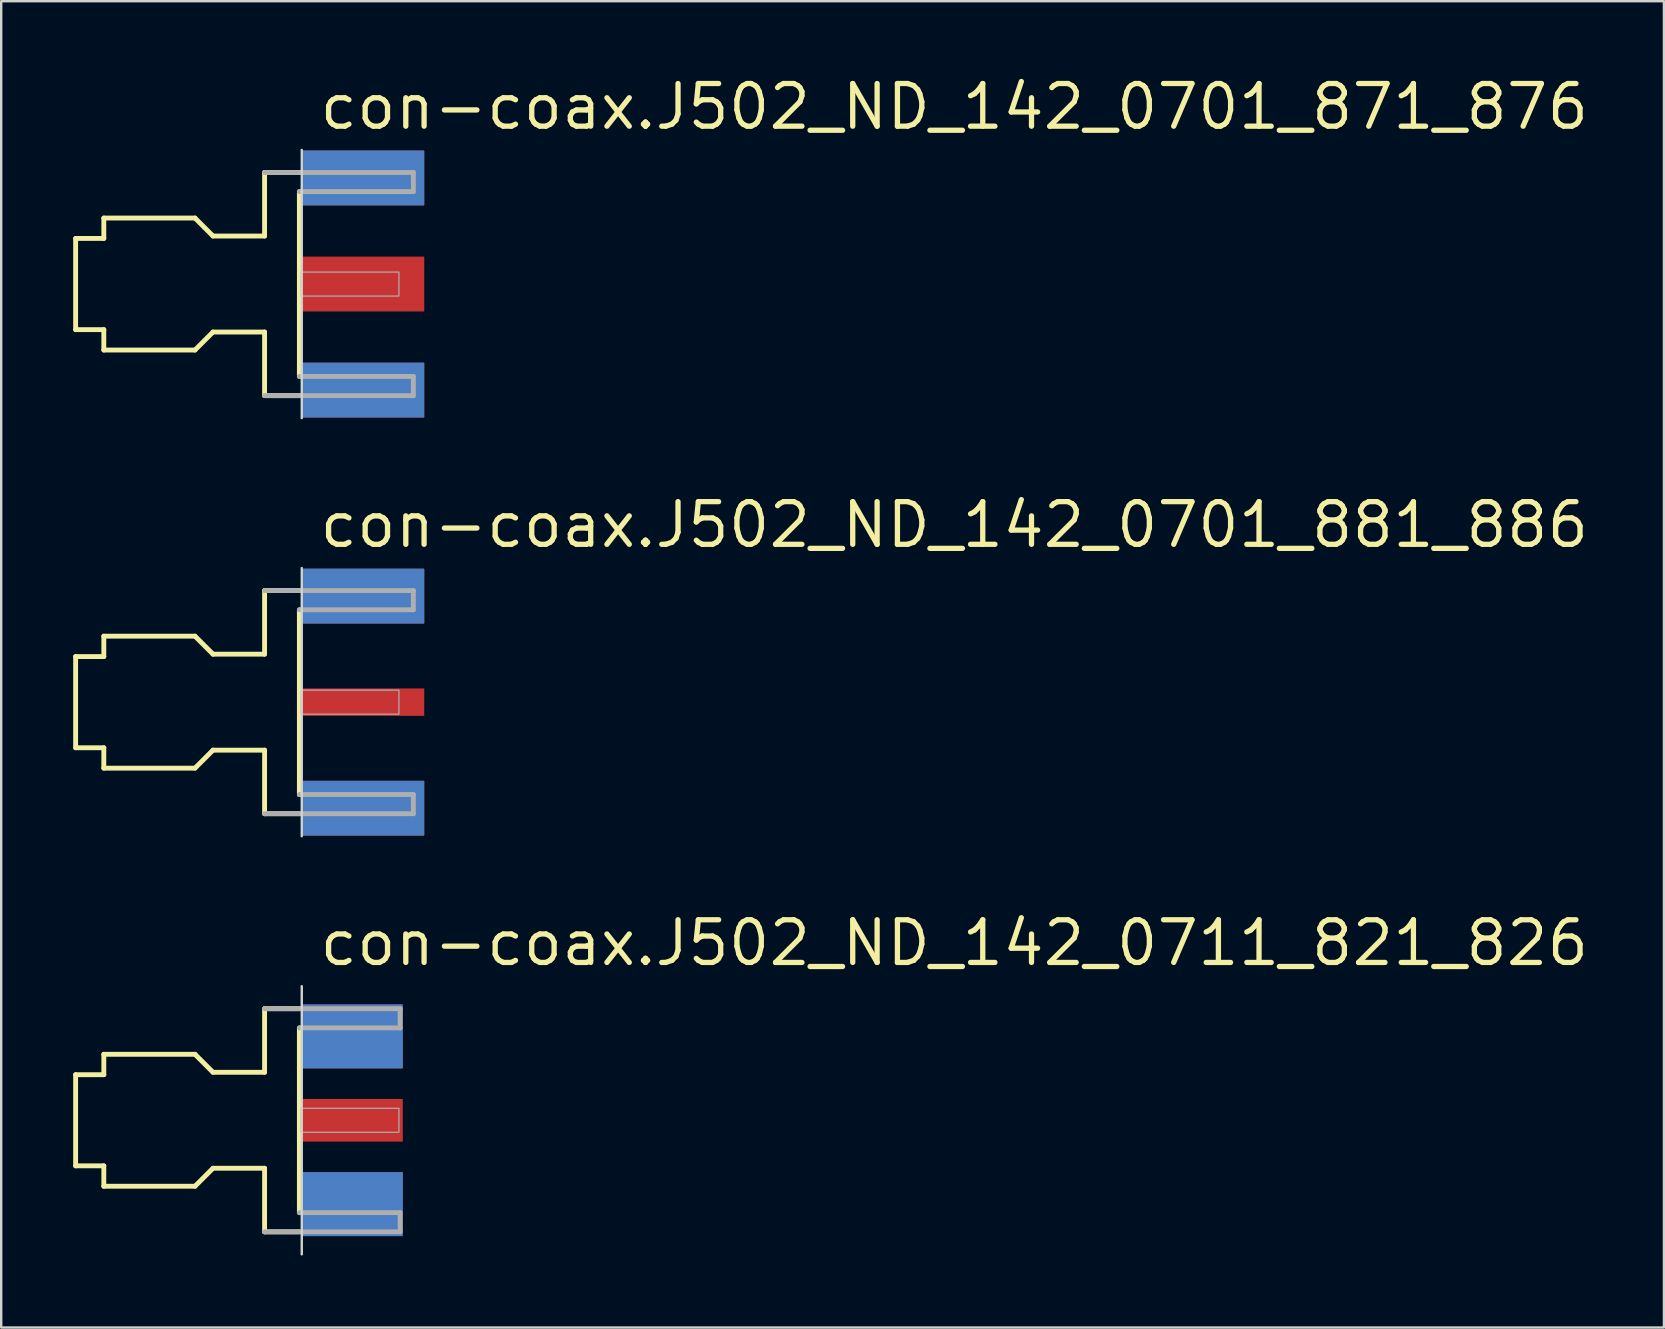
<source format=kicad_pcb>
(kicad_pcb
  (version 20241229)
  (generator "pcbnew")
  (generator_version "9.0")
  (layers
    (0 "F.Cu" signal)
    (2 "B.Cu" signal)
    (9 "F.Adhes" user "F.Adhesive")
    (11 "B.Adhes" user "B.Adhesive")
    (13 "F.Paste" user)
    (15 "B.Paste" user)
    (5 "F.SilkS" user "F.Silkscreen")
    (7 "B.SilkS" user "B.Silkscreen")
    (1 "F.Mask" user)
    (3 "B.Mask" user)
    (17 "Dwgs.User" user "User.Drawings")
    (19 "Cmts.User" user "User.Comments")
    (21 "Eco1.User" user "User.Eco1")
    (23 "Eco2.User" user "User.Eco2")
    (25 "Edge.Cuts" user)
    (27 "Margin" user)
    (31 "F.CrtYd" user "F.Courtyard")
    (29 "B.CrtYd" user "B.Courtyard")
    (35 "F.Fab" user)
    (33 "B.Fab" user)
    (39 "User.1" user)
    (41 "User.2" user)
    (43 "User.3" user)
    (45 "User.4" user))
  (footprint "con-coax.J502_ND_142_0701_871_876"
    (layer "F.Cu")
    (at 9.527 8.788)
    (property "Reference" "con-coax.J502_ND_142_0701_871_876" (at 0.635 -6.35 0) (layer "F.SilkS") (effects (font (size 1.778 1.778) (thickness 0.22)) (justify left bottom)))
    (attr smd)
    (fp_line (start -9.425 -1.9) (end -8.25 -1.9) (stroke (width 0.203) (type default)) (layer "F.SilkS"))
    (fp_line (start -9.425 1.9) (end -9.425 -1.9) (stroke (width 0.203) (type default)) (layer "F.SilkS"))
    (fp_line (start -8.25 -2.75) (end -4.45 -2.75) (stroke (width 0.203) (type default)) (layer "F.SilkS"))
    (fp_line (start -8.25 -1.9) (end -8.25 -2.75) (stroke (width 0.203) (type default)) (layer "F.SilkS"))
    (fp_line (start -8.25 1.9) (end -9.425 1.9) (stroke (width 0.203) (type default)) (layer "F.SilkS"))
    (fp_line (start -8.25 2.75) (end -8.25 1.9) (stroke (width 0.203) (type default)) (layer "F.SilkS"))
    (fp_line (start -4.45 -2.75) (end -3.7 -2) (stroke (width 0.203) (type default)) (layer "F.SilkS"))
    (fp_line (start -4.45 2.75) (end -8.25 2.75) (stroke (width 0.203) (type default)) (layer "F.SilkS"))
    (fp_line (start -3.7 -2) (end -1.55 -2) (stroke (width 0.203) (type default)) (layer "F.SilkS"))
    (fp_line (start -3.7 2) (end -4.45 2.75) (stroke (width 0.203) (type default)) (layer "F.SilkS"))
    (fp_line (start -1.55 -4.65) (end -0.1 -4.65) (stroke (width 0.203) (type default)) (layer "F.SilkS"))
    (fp_line (start -1.55 -2) (end -1.55 -4.65) (stroke (width 0.203) (type default)) (layer "F.SilkS"))
    (fp_line (start -1.55 2) (end -3.7 2) (stroke (width 0.203) (type default)) (layer "F.SilkS"))
    (fp_line (start -1.55 4.65) (end -1.55 2) (stroke (width 0.203) (type default)) (layer "F.SilkS"))
    (fp_line (start -0.1 3.85) (end -0.1 -3.85) (stroke (width 0.203) (type default)) (layer "F.SilkS"))
    (fp_line (start -0.1 4.65) (end -1.55 4.65) (stroke (width 0.203) (type default)) (layer "F.SilkS"))
    (fp_line (start 0 -5.588) (end 0 5.588) (stroke (width 0.1) (type default)) (layer "Edge.Cuts"))
    (fp_line (start -1.55 -4.65) (end 4.65 -4.65) (stroke (width 0.203) (type default)) (layer "F.Fab"))
    (fp_line (start -0.1 -3.85) (end 4.65 -3.85) (stroke (width 0.203) (type default)) (layer "F.Fab"))
    (fp_line (start 4.65 -3.85) (end 4.65 -4.65) (stroke (width 0.203) (type default)) (layer "F.Fab"))
    (fp_line (start 4.65 3.85) (end -0.1 3.85) (stroke (width 0.203) (type default)) (layer "F.Fab"))
    (fp_line (start 4.65 4.65) (end -1.55 4.65) (stroke (width 0.203) (type default)) (layer "F.Fab"))
    (fp_line (start 4.65 4.65) (end 4.65 3.85) (stroke (width 0.203) (type default)) (layer "F.Fab"))
    (fp_rect (start -0.025 0.5) (end 4.05 -0.5) (stroke (width 0.05) (type default)) (fill no) (layer "F.Fab"))
    (pad "1" smd roundrect (at 2.565 0) (size 5.08 2.286) (layers "F.Cu" "F.Mask" "F.Paste") (roundrect_rratio 0.01))
    (pad "G@1" smd roundrect (at 2.565 -4.42) (size 5.08 2.286) (layers "F.Cu" "F.Mask" "F.Paste") (roundrect_rratio 0.01))
    (pad "G@2" smd roundrect (at 2.565 4.42) (size 5.08 2.286) (layers "F.Cu" "F.Mask" "F.Paste") (roundrect_rratio 0.01))
    (pad "G@3" smd roundrect (at 2.565 -4.42) (size 5.08 2.286) (layers "B.Cu" "B.Mask" "B.Paste") (roundrect_rratio 0.01))
    (pad "G@4" smd roundrect (at 2.565 4.42) (size 5.08 2.286) (layers "B.Cu" "B.Mask" "B.Paste") (roundrect_rratio 0.01)))
  (footprint "con-coax.J502_ND_142_0701_881_886"
    (layer "F.Cu")
    (at 9.527 26.214)
    (property "Reference" "con-coax.J502_ND_142_0701_881_886" (at 0.635 -6.35 0) (layer "F.SilkS") (effects (font (size 1.778 1.778) (thickness 0.22)) (justify left bottom)))
    (attr smd)
    (fp_line (start -9.425 -1.9) (end -8.25 -1.9) (stroke (width 0.203) (type default)) (layer "F.SilkS"))
    (fp_line (start -9.425 1.9) (end -9.425 -1.9) (stroke (width 0.203) (type default)) (layer "F.SilkS"))
    (fp_line (start -8.25 -2.75) (end -4.45 -2.75) (stroke (width 0.203) (type default)) (layer "F.SilkS"))
    (fp_line (start -8.25 -1.9) (end -8.25 -2.75) (stroke (width 0.203) (type default)) (layer "F.SilkS"))
    (fp_line (start -8.25 1.9) (end -9.425 1.9) (stroke (width 0.203) (type default)) (layer "F.SilkS"))
    (fp_line (start -8.25 2.75) (end -8.25 1.9) (stroke (width 0.203) (type default)) (layer "F.SilkS"))
    (fp_line (start -4.45 -2.75) (end -3.7 -2) (stroke (width 0.203) (type default)) (layer "F.SilkS"))
    (fp_line (start -4.45 2.75) (end -8.25 2.75) (stroke (width 0.203) (type default)) (layer "F.SilkS"))
    (fp_line (start -3.7 -2) (end -1.55 -2) (stroke (width 0.203) (type default)) (layer "F.SilkS"))
    (fp_line (start -3.7 2) (end -4.45 2.75) (stroke (width 0.203) (type default)) (layer "F.SilkS"))
    (fp_line (start -1.55 -4.65) (end -0.1 -4.65) (stroke (width 0.203) (type default)) (layer "F.SilkS"))
    (fp_line (start -1.55 -2) (end -1.55 -4.65) (stroke (width 0.203) (type default)) (layer "F.SilkS"))
    (fp_line (start -1.55 2) (end -3.7 2) (stroke (width 0.203) (type default)) (layer "F.SilkS"))
    (fp_line (start -1.55 4.65) (end -1.55 2) (stroke (width 0.203) (type default)) (layer "F.SilkS"))
    (fp_line (start -0.1 3.85) (end -0.1 -3.85) (stroke (width 0.203) (type default)) (layer "F.SilkS"))
    (fp_line (start -0.1 4.65) (end -1.55 4.65) (stroke (width 0.203) (type default)) (layer "F.SilkS"))
    (fp_line (start 0 -5.588) (end 0 5.588) (stroke (width 0.1) (type default)) (layer "Edge.Cuts"))
    (fp_line (start -1.55 -4.65) (end 4.65 -4.65) (stroke (width 0.203) (type default)) (layer "F.Fab"))
    (fp_line (start -0.1 -3.85) (end 4.65 -3.85) (stroke (width 0.203) (type default)) (layer "F.Fab"))
    (fp_line (start 4.65 -3.85) (end 4.65 -4.65) (stroke (width 0.203) (type default)) (layer "F.Fab"))
    (fp_line (start 4.65 3.85) (end -0.1 3.85) (stroke (width 0.203) (type default)) (layer "F.Fab"))
    (fp_line (start 4.65 4.65) (end -1.55 4.65) (stroke (width 0.203) (type default)) (layer "F.Fab"))
    (fp_line (start 4.65 4.65) (end 4.65 3.85) (stroke (width 0.203) (type default)) (layer "F.Fab"))
    (fp_rect (start -0.025 0.5) (end 4.05 -0.5) (stroke (width 0.05) (type default)) (fill no) (layer "F.Fab"))
    (pad "1" smd roundrect (at 2.565 0) (size 5.08 1.143) (layers "F.Cu" "F.Mask" "F.Paste") (roundrect_rratio 0.01))
    (pad "G@1" smd roundrect (at 2.565 -4.42) (size 5.08 2.286) (layers "F.Cu" "F.Mask" "F.Paste") (roundrect_rratio 0.01))
    (pad "G@2" smd roundrect (at 2.565 4.42) (size 5.08 2.286) (layers "F.Cu" "F.Mask" "F.Paste") (roundrect_rratio 0.01))
    (pad "G@3" smd roundrect (at 2.565 -4.42) (size 5.08 2.286) (layers "B.Cu" "B.Mask" "B.Paste") (roundrect_rratio 0.01))
    (pad "G@4" smd roundrect (at 2.565 4.42) (size 5.08 2.286) (layers "B.Cu" "B.Mask" "B.Paste") (roundrect_rratio 0.01)))
  (footprint "con-coax.J502_ND_142_0711_821_826"
    (layer "F.Cu")
    (at 9.527 43.64)
    (property "Reference" "con-coax.J502_ND_142_0711_821_826" (at 0.635 -6.35 0) (layer "F.SilkS") (effects (font (size 1.778 1.778) (thickness 0.22)) (justify left bottom)))
    (attr smd)
    (fp_line (start -9.425 -1.9) (end -8.25 -1.9) (stroke (width 0.203) (type default)) (layer "F.SilkS"))
    (fp_line (start -9.425 1.9) (end -9.425 -1.9) (stroke (width 0.203) (type default)) (layer "F.SilkS"))
    (fp_line (start -8.25 -2.75) (end -4.45 -2.75) (stroke (width 0.203) (type default)) (layer "F.SilkS"))
    (fp_line (start -8.25 -1.9) (end -8.25 -2.75) (stroke (width 0.203) (type default)) (layer "F.SilkS"))
    (fp_line (start -8.25 1.9) (end -9.425 1.9) (stroke (width 0.203) (type default)) (layer "F.SilkS"))
    (fp_line (start -8.25 2.75) (end -8.25 1.9) (stroke (width 0.203) (type default)) (layer "F.SilkS"))
    (fp_line (start -4.45 -2.75) (end -3.7 -2) (stroke (width 0.203) (type default)) (layer "F.SilkS"))
    (fp_line (start -4.45 2.75) (end -8.25 2.75) (stroke (width 0.203) (type default)) (layer "F.SilkS"))
    (fp_line (start -3.7 -2) (end -1.55 -2) (stroke (width 0.203) (type default)) (layer "F.SilkS"))
    (fp_line (start -3.7 2) (end -4.45 2.75) (stroke (width 0.203) (type default)) (layer "F.SilkS"))
    (fp_line (start -1.55 -4.65) (end -0.1 -4.65) (stroke (width 0.203) (type default)) (layer "F.SilkS"))
    (fp_line (start -1.55 -2) (end -1.55 -4.65) (stroke (width 0.203) (type default)) (layer "F.SilkS"))
    (fp_line (start -1.55 2) (end -3.7 2) (stroke (width 0.203) (type default)) (layer "F.SilkS"))
    (fp_line (start -1.55 4.65) (end -1.55 2) (stroke (width 0.203) (type default)) (layer "F.SilkS"))
    (fp_line (start -0.1 3.85) (end -0.1 -3.85) (stroke (width 0.203) (type default)) (layer "F.SilkS"))
    (fp_line (start -0.1 4.65) (end -1.55 4.65) (stroke (width 0.203) (type default)) (layer "F.SilkS"))
    (fp_line (start 0 -5.588) (end 0 5.588) (stroke (width 0.1) (type default)) (layer "Edge.Cuts"))
    (fp_line (start -1.55 -4.65) (end 4.1 -4.65) (stroke (width 0.203) (type default)) (layer "F.Fab"))
    (fp_line (start -0.1 -3.85) (end 4.1 -3.85) (stroke (width 0.203) (type default)) (layer "F.Fab"))
    (fp_line (start 4.1 -3.85) (end 4.1 -4.65) (stroke (width 0.203) (type default)) (layer "F.Fab"))
    (fp_line (start 4.1 3.85) (end -0.1 3.85) (stroke (width 0.203) (type default)) (layer "F.Fab"))
    (fp_line (start 4.1 4.65) (end -1.55 4.65) (stroke (width 0.203) (type default)) (layer "F.Fab"))
    (fp_line (start 4.1 4.65) (end 4.1 3.85) (stroke (width 0.203) (type default)) (layer "F.Fab"))
    (fp_rect (start -0.025 0.5) (end 4.05 -0.5) (stroke (width 0.05) (type default)) (fill no) (layer "F.Fab"))
    (pad "1" smd roundrect (at 2.115 0) (size 4.191 1.778) (layers "F.Cu" "F.Mask" "F.Paste") (roundrect_rratio 0.01))
    (pad "G@1" smd roundrect (at 2.115 -3.495) (size 4.191 2.667) (layers "F.Cu" "F.Mask" "F.Paste") (roundrect_rratio 0.01))
    (pad "G@2" smd roundrect (at 2.115 3.495) (size 4.191 2.667) (layers "F.Cu" "F.Mask" "F.Paste") (roundrect_rratio 0.01))
    (pad "G@3" smd roundrect (at 2.115 -3.495) (size 4.191 2.667) (layers "B.Cu" "B.Mask" "B.Paste") (roundrect_rratio 0.01))
    (pad "G@4" smd roundrect (at 2.115 3.495) (size 4.191 2.667) (layers "B.Cu" "B.Mask" "B.Paste") (roundrect_rratio 0.01)))
  (gr_rect
    (start -3 -3)
    (end 66.298 52.278)
    (stroke (width 0.1) (type default))
    (fill no)
    (layer "Edge.Cuts")))
</source>
